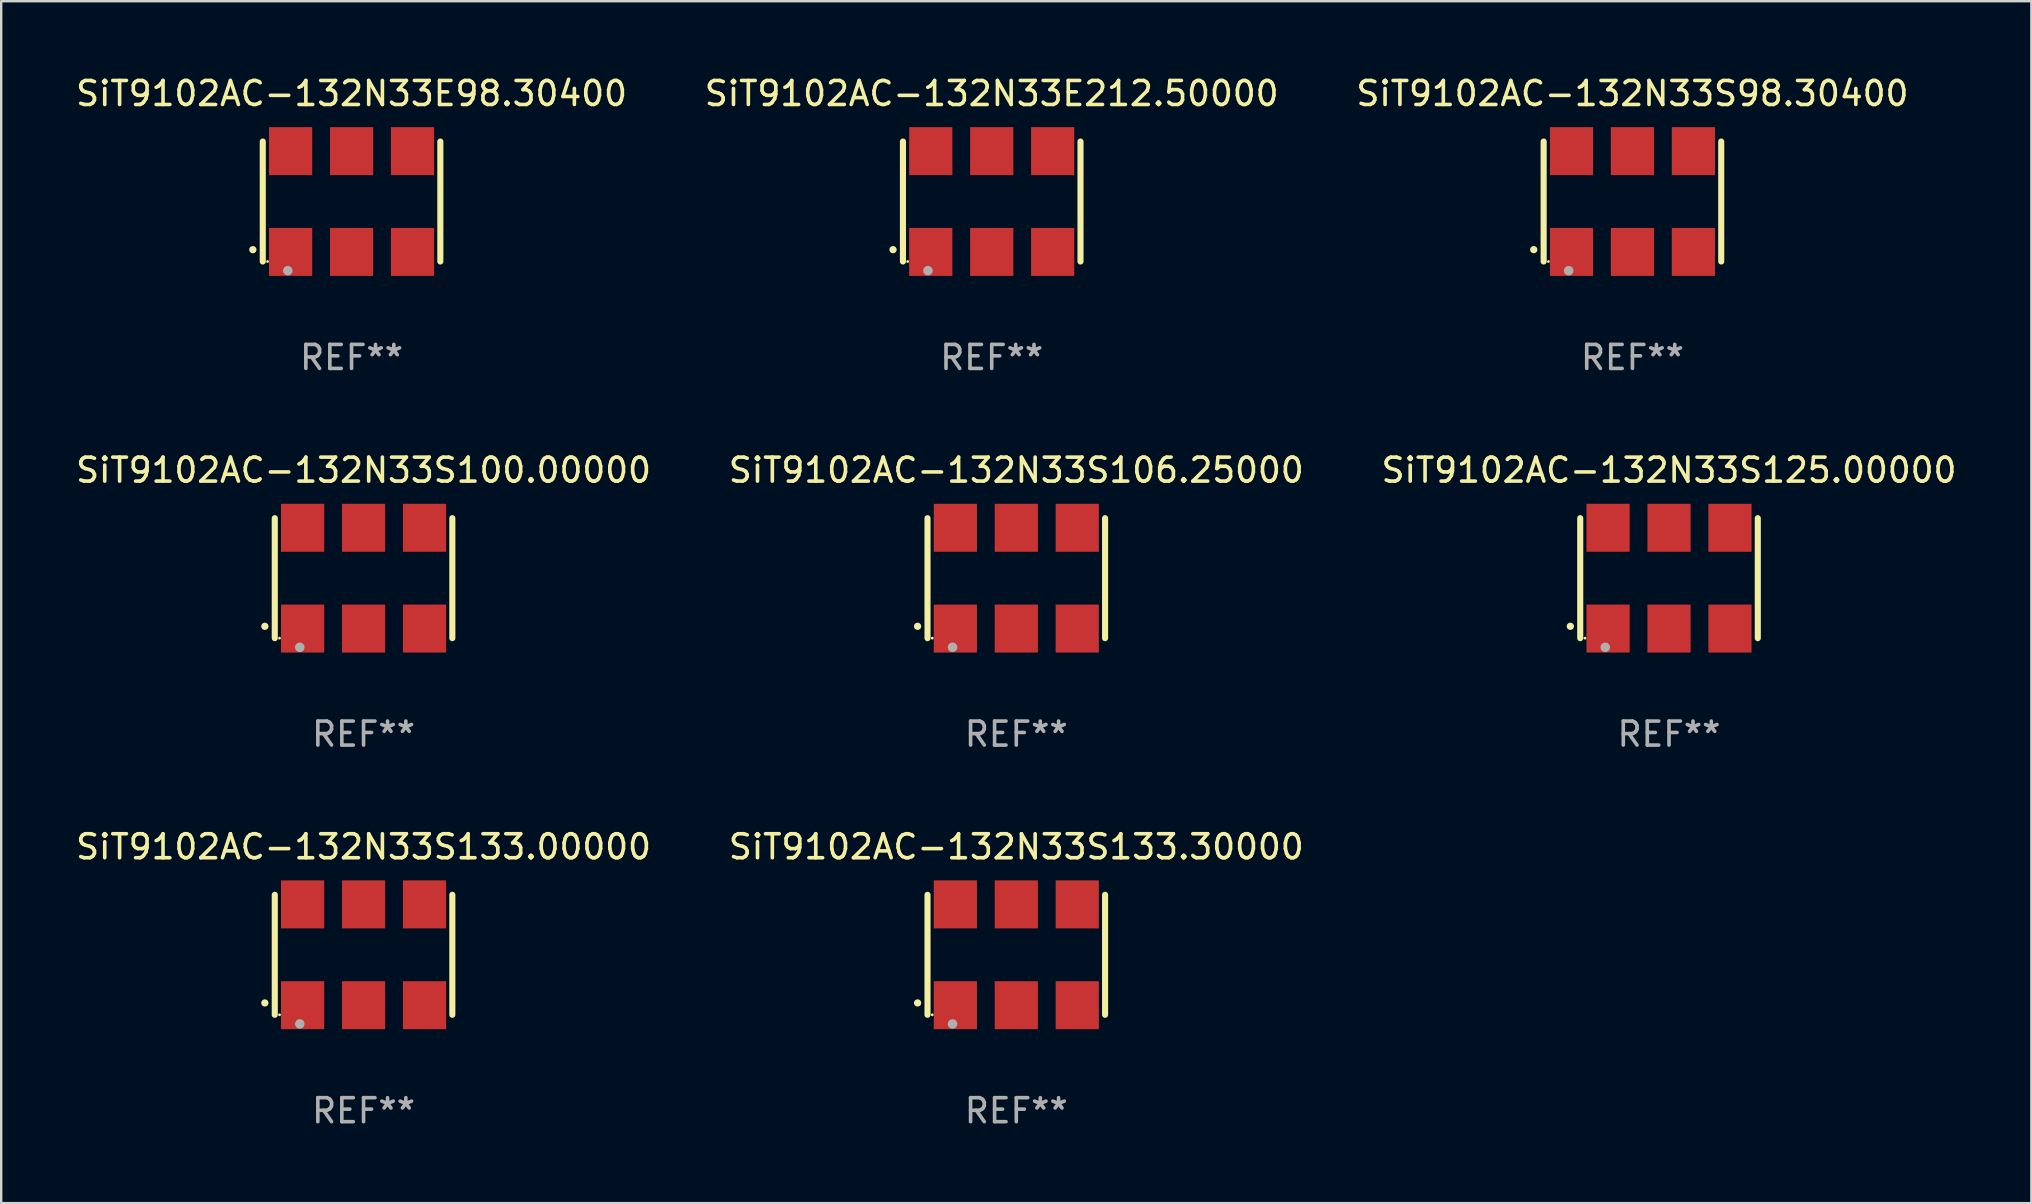
<source format=kicad_pcb>
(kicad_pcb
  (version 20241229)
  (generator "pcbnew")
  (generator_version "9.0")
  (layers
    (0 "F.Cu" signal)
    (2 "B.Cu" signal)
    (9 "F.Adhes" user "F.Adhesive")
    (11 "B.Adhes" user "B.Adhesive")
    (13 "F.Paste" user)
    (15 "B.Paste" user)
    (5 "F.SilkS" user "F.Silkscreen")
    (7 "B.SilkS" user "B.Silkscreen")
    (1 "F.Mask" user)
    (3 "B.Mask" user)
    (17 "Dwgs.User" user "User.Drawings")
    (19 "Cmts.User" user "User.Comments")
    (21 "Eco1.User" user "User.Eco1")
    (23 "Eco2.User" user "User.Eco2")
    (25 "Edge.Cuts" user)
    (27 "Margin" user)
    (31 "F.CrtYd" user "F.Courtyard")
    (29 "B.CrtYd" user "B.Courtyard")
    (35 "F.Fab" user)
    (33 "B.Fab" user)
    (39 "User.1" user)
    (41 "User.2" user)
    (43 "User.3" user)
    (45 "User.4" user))
  (footprint "SiT9102AC-132N33S100.00000"
    (layer "F.Cu")
    (at 12.101 21.045)
    (property "Reference" "SiT9102AC-132N33S100.00000" (at 0 -4.5 0) (layer "F.SilkS") (effects (font (size 1 1) (thickness 0.15))))
    (attr through_hole)
    (fp_line (start -3.7 -2.5) (end -3.7 2.5) (stroke (width 0.254) (type solid)) (layer "F.SilkS"))
    (fp_line (start 3.7 -2.5) (end 3.7 2.5) (stroke (width 0.254) (type solid)) (layer "F.SilkS"))
    (fp_arc (start -4.114415 2.006604) (mid -4.113145 2.006599) (end -4.111875 2.006604) (stroke (width 0.3) (type solid)) (layer "F.SilkS"))
    (fp_circle (center -3.502 2.5) (end -3.472 2.5) (stroke (width 0.06) (type solid)) (fill no) (layer "F.SilkS"))
    (fp_circle (center -2.657 2.882) (end -2.557 2.882) (stroke (width 0.2) (type solid)) (fill no) (layer "F.Fab"))
    (fp_text user "REF**" (at 0 6.5 0) (layer "F.Fab") (effects (font (size 1 1) (thickness 0.15))))
    (pad "1" smd rect (at -2.54 2.1) (size 1.8 2) (layers "F.Cu" "F.Mask" "F.Paste"))
    (pad "2" smd rect (at 0.000394 2.1) (size 1.8 2) (layers "F.Cu" "F.Mask" "F.Paste"))
    (pad "3" smd rect (at 2.54 2.1) (size 1.8 2) (layers "F.Cu" "F.Mask" "F.Paste"))
    (pad "4" smd rect (at 2.54 -2.1) (size 1.8 2) (layers "F.Cu" "F.Mask" "F.Paste"))
    (pad "5" smd rect (at 0.000394 -2.1) (size 1.8 2) (layers "F.Cu" "F.Mask" "F.Paste"))
    (pad "6" smd rect (at -2.54 -2.1) (size 1.8 2) (layers "F.Cu" "F.Mask" "F.Paste")))
  (footprint "SiT9102AC-132N33E212.50000"
    (layer "F.Cu")
    (at 38.28 5.348)
    (property "Reference" "SiT9102AC-132N33E212.50000" (at 0 -4.5 0) (layer "F.SilkS") (effects (font (size 1 1) (thickness 0.15))))
    (attr through_hole)
    (fp_line (start -3.7 -2.5) (end -3.7 2.5) (stroke (width 0.254) (type solid)) (layer "F.SilkS"))
    (fp_line (start 3.7 -2.5) (end 3.7 2.5) (stroke (width 0.254) (type solid)) (layer "F.SilkS"))
    (fp_arc (start -4.114415 2.006604) (mid -4.113145 2.006599) (end -4.111875 2.006604) (stroke (width 0.3) (type solid)) (layer "F.SilkS"))
    (fp_circle (center -3.502 2.5) (end -3.472 2.5) (stroke (width 0.06) (type solid)) (fill no) (layer "F.SilkS"))
    (fp_circle (center -2.657 2.882) (end -2.557 2.882) (stroke (width 0.2) (type solid)) (fill no) (layer "F.Fab"))
    (fp_text user "REF**" (at 0 6.5 0) (layer "F.Fab") (effects (font (size 1 1) (thickness 0.15))))
    (pad "1" smd rect (at -2.54 2.1) (size 1.8 2) (layers "F.Cu" "F.Mask" "F.Paste"))
    (pad "2" smd rect (at 0.000394 2.1) (size 1.8 2) (layers "F.Cu" "F.Mask" "F.Paste"))
    (pad "3" smd rect (at 2.54 2.1) (size 1.8 2) (layers "F.Cu" "F.Mask" "F.Paste"))
    (pad "4" smd rect (at 2.54 -2.1) (size 1.8 2) (layers "F.Cu" "F.Mask" "F.Paste"))
    (pad "5" smd rect (at 0.000394 -2.1) (size 1.8 2) (layers "F.Cu" "F.Mask" "F.Paste"))
    (pad "6" smd rect (at -2.54 -2.1) (size 1.8 2) (layers "F.Cu" "F.Mask" "F.Paste")))
  (footprint "SiT9102AC-132N33S106.25000"
    (layer "F.Cu")
    (at 39.304 21.045)
    (property "Reference" "SiT9102AC-132N33S106.25000" (at 0 -4.5 0) (layer "F.SilkS") (effects (font (size 1 1) (thickness 0.15))))
    (attr through_hole)
    (fp_line (start -3.7 -2.5) (end -3.7 2.5) (stroke (width 0.254) (type solid)) (layer "F.SilkS"))
    (fp_line (start 3.7 -2.5) (end 3.7 2.5) (stroke (width 0.254) (type solid)) (layer "F.SilkS"))
    (fp_arc (start -4.114415 2.006604) (mid -4.113145 2.006599) (end -4.111875 2.006604) (stroke (width 0.3) (type solid)) (layer "F.SilkS"))
    (fp_circle (center -3.502 2.5) (end -3.472 2.5) (stroke (width 0.06) (type solid)) (fill no) (layer "F.SilkS"))
    (fp_circle (center -2.657 2.882) (end -2.557 2.882) (stroke (width 0.2) (type solid)) (fill no) (layer "F.Fab"))
    (fp_text user "REF**" (at 0 6.5 0) (layer "F.Fab") (effects (font (size 1 1) (thickness 0.15))))
    (pad "1" smd rect (at -2.54 2.1) (size 1.8 2) (layers "F.Cu" "F.Mask" "F.Paste"))
    (pad "2" smd rect (at 0.000394 2.1) (size 1.8 2) (layers "F.Cu" "F.Mask" "F.Paste"))
    (pad "3" smd rect (at 2.54 2.1) (size 1.8 2) (layers "F.Cu" "F.Mask" "F.Paste"))
    (pad "4" smd rect (at 2.54 -2.1) (size 1.8 2) (layers "F.Cu" "F.Mask" "F.Paste"))
    (pad "5" smd rect (at 0.000394 -2.1) (size 1.8 2) (layers "F.Cu" "F.Mask" "F.Paste"))
    (pad "6" smd rect (at -2.54 -2.1) (size 1.8 2) (layers "F.Cu" "F.Mask" "F.Paste")))
  (footprint "SiT9102AC-132N33S133.30000"
    (layer "F.Cu")
    (at 39.304 36.741)
    (property "Reference" "SiT9102AC-132N33S133.30000" (at 0 -4.5 0) (layer "F.SilkS") (effects (font (size 1 1) (thickness 0.15))))
    (attr through_hole)
    (fp_line (start -3.7 -2.5) (end -3.7 2.5) (stroke (width 0.254) (type solid)) (layer "F.SilkS"))
    (fp_line (start 3.7 -2.5) (end 3.7 2.5) (stroke (width 0.254) (type solid)) (layer "F.SilkS"))
    (fp_arc (start -4.114415 2.006604) (mid -4.113145 2.006599) (end -4.111875 2.006604) (stroke (width 0.3) (type solid)) (layer "F.SilkS"))
    (fp_circle (center -3.502 2.5) (end -3.472 2.5) (stroke (width 0.06) (type solid)) (fill no) (layer "F.SilkS"))
    (fp_circle (center -2.657 2.882) (end -2.557 2.882) (stroke (width 0.2) (type solid)) (fill no) (layer "F.Fab"))
    (fp_text user "REF**" (at 0 6.5 0) (layer "F.Fab") (effects (font (size 1 1) (thickness 0.15))))
    (pad "1" smd rect (at -2.54 2.1) (size 1.8 2) (layers "F.Cu" "F.Mask" "F.Paste"))
    (pad "2" smd rect (at 0.000394 2.1) (size 1.8 2) (layers "F.Cu" "F.Mask" "F.Paste"))
    (pad "3" smd rect (at 2.54 2.1) (size 1.8 2) (layers "F.Cu" "F.Mask" "F.Paste"))
    (pad "4" smd rect (at 2.54 -2.1) (size 1.8 2) (layers "F.Cu" "F.Mask" "F.Paste"))
    (pad "5" smd rect (at 0.000394 -2.1) (size 1.8 2) (layers "F.Cu" "F.Mask" "F.Paste"))
    (pad "6" smd rect (at -2.54 -2.1) (size 1.8 2) (layers "F.Cu" "F.Mask" "F.Paste")))
  (footprint "SiT9102AC-132N33S133.00000"
    (layer "F.Cu")
    (at 12.101 36.741)
    (property "Reference" "SiT9102AC-132N33S133.00000" (at 0 -4.5 0) (layer "F.SilkS") (effects (font (size 1 1) (thickness 0.15))))
    (attr through_hole)
    (fp_line (start -3.7 -2.5) (end -3.7 2.5) (stroke (width 0.254) (type solid)) (layer "F.SilkS"))
    (fp_line (start 3.7 -2.5) (end 3.7 2.5) (stroke (width 0.254) (type solid)) (layer "F.SilkS"))
    (fp_arc (start -4.114415 2.006604) (mid -4.113145 2.006599) (end -4.111875 2.006604) (stroke (width 0.3) (type solid)) (layer "F.SilkS"))
    (fp_circle (center -3.502 2.5) (end -3.472 2.5) (stroke (width 0.06) (type solid)) (fill no) (layer "F.SilkS"))
    (fp_circle (center -2.657 2.882) (end -2.557 2.882) (stroke (width 0.2) (type solid)) (fill no) (layer "F.Fab"))
    (fp_text user "REF**" (at 0 6.5 0) (layer "F.Fab") (effects (font (size 1 1) (thickness 0.15))))
    (pad "1" smd rect (at -2.54 2.1) (size 1.8 2) (layers "F.Cu" "F.Mask" "F.Paste"))
    (pad "2" smd rect (at 0.000394 2.1) (size 1.8 2) (layers "F.Cu" "F.Mask" "F.Paste"))
    (pad "3" smd rect (at 2.54 2.1) (size 1.8 2) (layers "F.Cu" "F.Mask" "F.Paste"))
    (pad "4" smd rect (at 2.54 -2.1) (size 1.8 2) (layers "F.Cu" "F.Mask" "F.Paste"))
    (pad "5" smd rect (at 0.000394 -2.1) (size 1.8 2) (layers "F.Cu" "F.Mask" "F.Paste"))
    (pad "6" smd rect (at -2.54 -2.1) (size 1.8 2) (layers "F.Cu" "F.Mask" "F.Paste")))
  (footprint "SiT9102AC-132N33S98.30400"
    (layer "F.Cu")
    (at 64.982 5.348)
    (property "Reference" "SiT9102AC-132N33S98.30400" (at 0 -4.5 0) (layer "F.SilkS") (effects (font (size 1 1) (thickness 0.15))))
    (attr through_hole)
    (fp_line (start -3.7 -2.5) (end -3.7 2.5) (stroke (width 0.254) (type solid)) (layer "F.SilkS"))
    (fp_line (start 3.7 -2.5) (end 3.7 2.5) (stroke (width 0.254) (type solid)) (layer "F.SilkS"))
    (fp_arc (start -4.114415 2.006604) (mid -4.113145 2.006599) (end -4.111875 2.006604) (stroke (width 0.3) (type solid)) (layer "F.SilkS"))
    (fp_circle (center -3.502 2.5) (end -3.472 2.5) (stroke (width 0.06) (type solid)) (fill no) (layer "F.SilkS"))
    (fp_circle (center -2.657 2.882) (end -2.557 2.882) (stroke (width 0.2) (type solid)) (fill no) (layer "F.Fab"))
    (fp_text user "REF**" (at 0 6.5 0) (layer "F.Fab") (effects (font (size 1 1) (thickness 0.15))))
    (pad "1" smd rect (at -2.54 2.1) (size 1.8 2) (layers "F.Cu" "F.Mask" "F.Paste"))
    (pad "2" smd rect (at 0.000394 2.1) (size 1.8 2) (layers "F.Cu" "F.Mask" "F.Paste"))
    (pad "3" smd rect (at 2.54 2.1) (size 1.8 2) (layers "F.Cu" "F.Mask" "F.Paste"))
    (pad "4" smd rect (at 2.54 -2.1) (size 1.8 2) (layers "F.Cu" "F.Mask" "F.Paste"))
    (pad "5" smd rect (at 0.000394 -2.1) (size 1.8 2) (layers "F.Cu" "F.Mask" "F.Paste"))
    (pad "6" smd rect (at -2.54 -2.1) (size 1.8 2) (layers "F.Cu" "F.Mask" "F.Paste")))
  (footprint "SiT9102AC-132N33S125.00000"
    (layer "F.Cu")
    (at 66.506 21.045)
    (property "Reference" "SiT9102AC-132N33S125.00000" (at 0 -4.5 0) (layer "F.SilkS") (effects (font (size 1 1) (thickness 0.15))))
    (attr through_hole)
    (fp_line (start -3.7 -2.5) (end -3.7 2.5) (stroke (width 0.254) (type solid)) (layer "F.SilkS"))
    (fp_line (start 3.7 -2.5) (end 3.7 2.5) (stroke (width 0.254) (type solid)) (layer "F.SilkS"))
    (fp_arc (start -4.114415 2.006604) (mid -4.113145 2.006599) (end -4.111875 2.006604) (stroke (width 0.3) (type solid)) (layer "F.SilkS"))
    (fp_circle (center -3.502 2.5) (end -3.472 2.5) (stroke (width 0.06) (type solid)) (fill no) (layer "F.SilkS"))
    (fp_circle (center -2.657 2.882) (end -2.557 2.882) (stroke (width 0.2) (type solid)) (fill no) (layer "F.Fab"))
    (fp_text user "REF**" (at 0 6.5 0) (layer "F.Fab") (effects (font (size 1 1) (thickness 0.15))))
    (pad "1" smd rect (at -2.54 2.1) (size 1.8 2) (layers "F.Cu" "F.Mask" "F.Paste"))
    (pad "2" smd rect (at 0.000394 2.1) (size 1.8 2) (layers "F.Cu" "F.Mask" "F.Paste"))
    (pad "3" smd rect (at 2.54 2.1) (size 1.8 2) (layers "F.Cu" "F.Mask" "F.Paste"))
    (pad "4" smd rect (at 2.54 -2.1) (size 1.8 2) (layers "F.Cu" "F.Mask" "F.Paste"))
    (pad "5" smd rect (at 0.000394 -2.1) (size 1.8 2) (layers "F.Cu" "F.Mask" "F.Paste"))
    (pad "6" smd rect (at -2.54 -2.1) (size 1.8 2) (layers "F.Cu" "F.Mask" "F.Paste")))
  (footprint "SiT9102AC-132N33E98.30400"
    (layer "F.Cu")
    (at 11.601 5.348)
    (property "Reference" "SiT9102AC-132N33E98.30400" (at 0 -4.5 0) (layer "F.SilkS") (effects (font (size 1 1) (thickness 0.15))))
    (attr through_hole)
    (fp_line (start -3.7 -2.5) (end -3.7 2.5) (stroke (width 0.254) (type solid)) (layer "F.SilkS"))
    (fp_line (start 3.7 -2.5) (end 3.7 2.5) (stroke (width 0.254) (type solid)) (layer "F.SilkS"))
    (fp_arc (start -4.114415 2.006604) (mid -4.113145 2.006599) (end -4.111875 2.006604) (stroke (width 0.3) (type solid)) (layer "F.SilkS"))
    (fp_circle (center -3.502 2.5) (end -3.472 2.5) (stroke (width 0.06) (type solid)) (fill no) (layer "F.SilkS"))
    (fp_circle (center -2.657 2.882) (end -2.557 2.882) (stroke (width 0.2) (type solid)) (fill no) (layer "F.Fab"))
    (fp_text user "REF**" (at 0 6.5 0) (layer "F.Fab") (effects (font (size 1 1) (thickness 0.15))))
    (pad "1" smd rect (at -2.54 2.1) (size 1.8 2) (layers "F.Cu" "F.Mask" "F.Paste"))
    (pad "2" smd rect (at 0.000394 2.1) (size 1.8 2) (layers "F.Cu" "F.Mask" "F.Paste"))
    (pad "3" smd rect (at 2.54 2.1) (size 1.8 2) (layers "F.Cu" "F.Mask" "F.Paste"))
    (pad "4" smd rect (at 2.54 -2.1) (size 1.8 2) (layers "F.Cu" "F.Mask" "F.Paste"))
    (pad "5" smd rect (at 0.000394 -2.1) (size 1.8 2) (layers "F.Cu" "F.Mask" "F.Paste"))
    (pad "6" smd rect (at -2.54 -2.1) (size 1.8 2) (layers "F.Cu" "F.Mask" "F.Paste")))
  (gr_rect
    (start -3 -3)
    (end 81.607 47.09)
    (stroke (width 0.1) (type default))
    (fill no)
    (layer "Edge.Cuts")))
</source>
